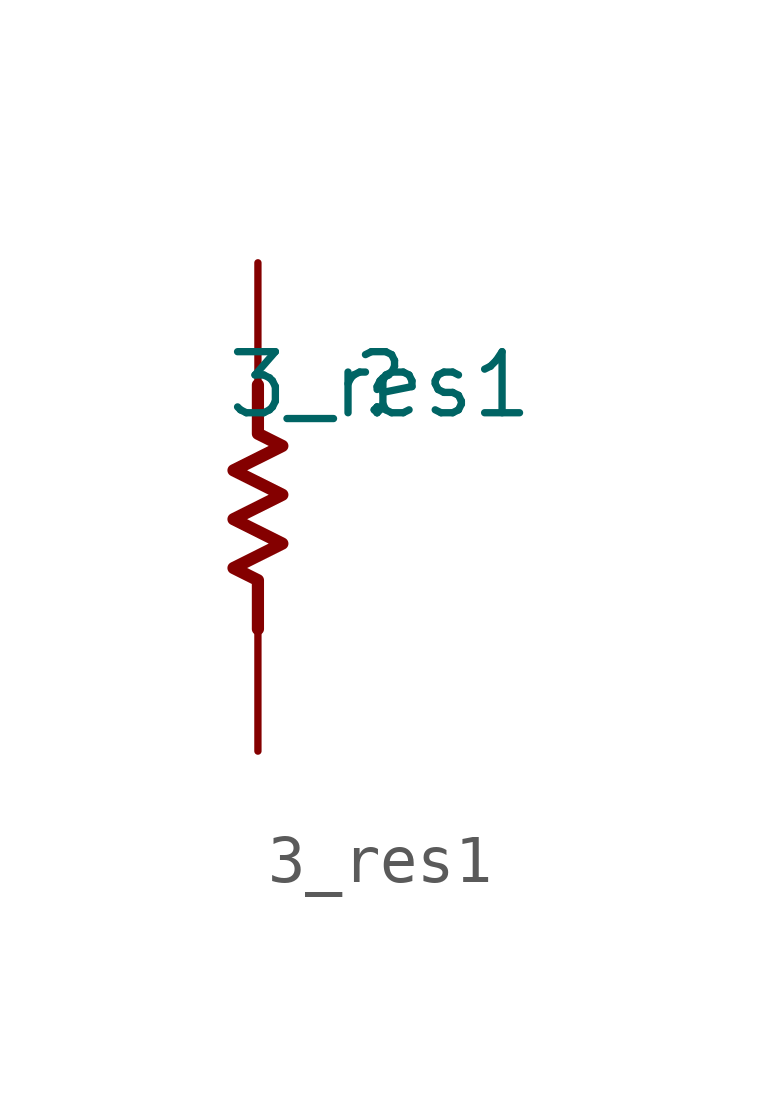
<source format=kicad_sym>
(kicad_symbol_lib
  (version 20211014)
  (generator kicad_symbol_editor)
  (symbol "3_res1"
    (property "Reference" ""
      (at 0 0 0)
      (effects (font (size 1.27 1.27))))
    (property "Value" "3_res1"
      (at 0 0 0)
      (effects (font (size 1.27 1.27))))
    (symbol "3_res1_1_0"
      (polyline (pts (xy -2.54 -5.08) (xy -2.54 -4.064) (xy -3.048 -3.81) (xy -2.032 -3.302) (xy -3.048 -2.794) (xy -2.032 -2.286) (xy -3.048 -1.778) (xy -2.032 -1.27) (xy -2.54 -1.016) (xy -2.54 0)) (stroke (width 0.254) (type default) (color 0 0 0 0)) (fill (type none)))
      (pin passive line (at -2.54 2.54 270) (length 2.54) (name "1" (effects (font (size 0 0)))) (number "1" (effects (font (size 0 0)))))
      (pin passive line (at -2.54 -7.62 90) (length 2.54) (name "2" (effects (font (size 0 0)))) (number "2" (effects (font (size 0 0))))))))
</source>
